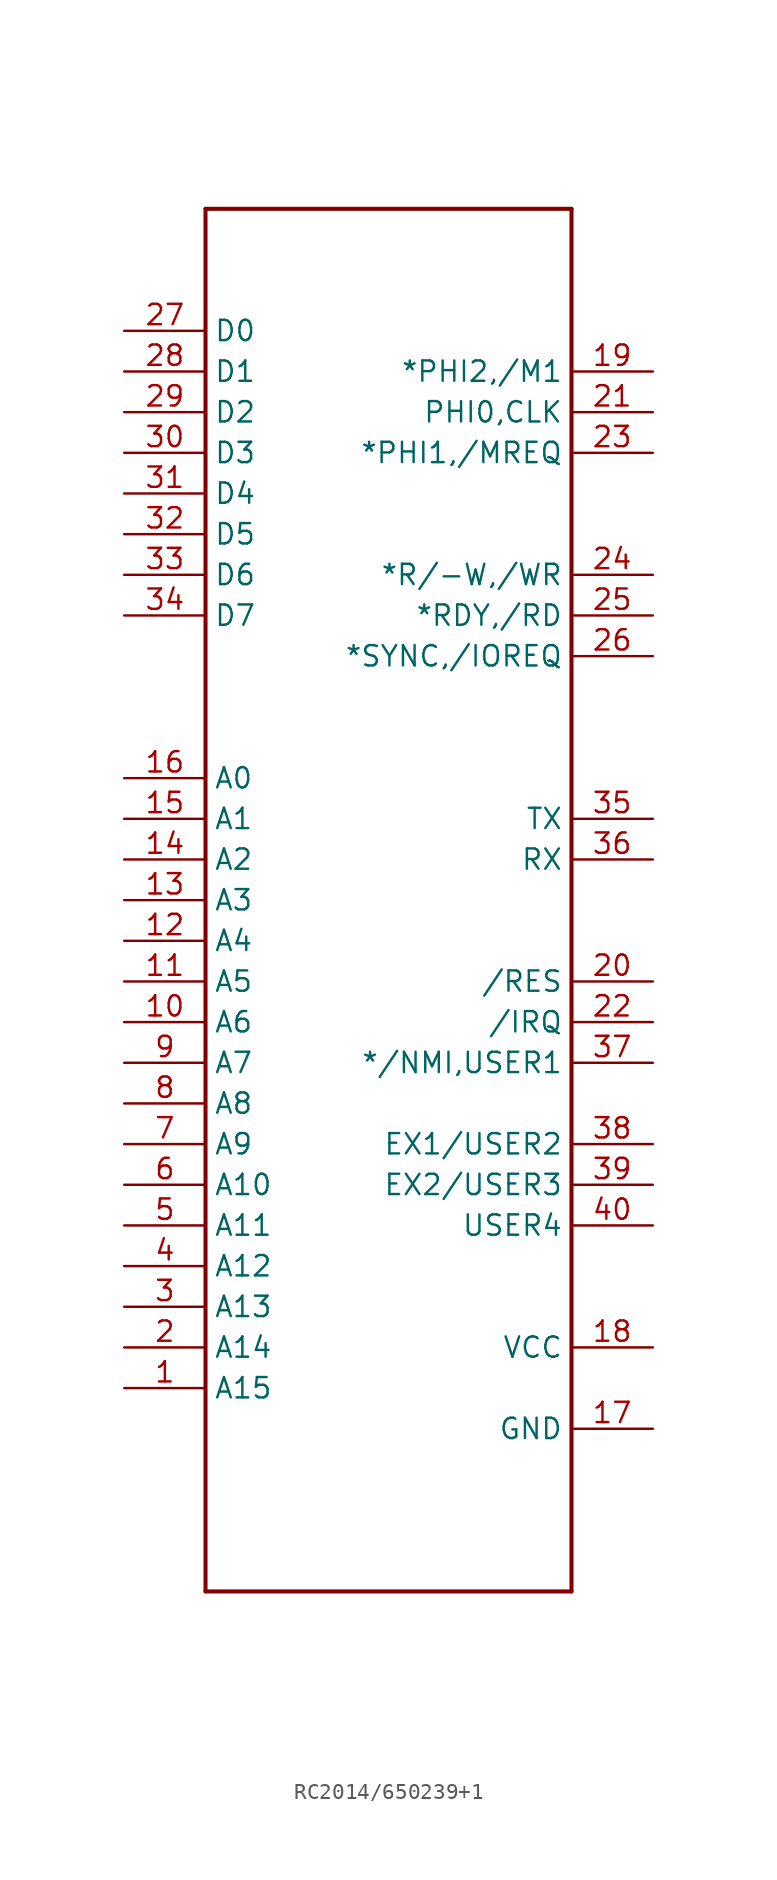
<source format=kicad_sym>
(kicad_symbol_lib
  (version 20220914)
  (generator kicad_symbol_editor)
  (symbol "RC2014/650239+1"
    (property "Reference" ""
      (at -5.08 25.4 0)
      (effects (font (size 2.184 1.857)) (justify left bottom) hide))
    (property "Value" ""
      (at -7.62 -63.5 0)
      (effects (font (size 2.184 1.857)) (justify left bottom)))
    (property "ki_locked" ""
      (at 0 0 0)
      (effects (font (size 1.27 1.27))))
    (symbol "RC2014/650239+1_1_0"
      (polyline (pts (xy -12.7 -60.96) (xy -12.7 25.4)) (stroke (width 0.254) (type solid)) (fill (type none)))
      (polyline (pts (xy -12.7 25.4) (xy 10.16 25.4)) (stroke (width 0.254) (type solid)) (fill (type none)))
      (polyline (pts (xy 10.16 -60.96) (xy -12.7 -60.96)) (stroke (width 0.254) (type solid)) (fill (type none)))
      (polyline (pts (xy 10.16 25.4) (xy 10.16 -60.96)) (stroke (width 0.254) (type solid)) (fill (type none)))
      (pin bidirectional line (at -17.78 -48.26 0) (length 5.08) (name "A15" (effects (font (size 1.27 1.27)))) (number "1" (effects (font (size 1.27 1.27)))))
      (pin bidirectional line (at -17.78 -25.4 0) (length 5.08) (name "A6" (effects (font (size 1.27 1.27)))) (number "10" (effects (font (size 1.27 1.27)))))
      (pin bidirectional line (at -17.78 -22.86 0) (length 5.08) (name "A5" (effects (font (size 1.27 1.27)))) (number "11" (effects (font (size 1.27 1.27)))))
      (pin bidirectional line (at -17.78 -20.32 0) (length 5.08) (name "A4" (effects (font (size 1.27 1.27)))) (number "12" (effects (font (size 1.27 1.27)))))
      (pin bidirectional line (at -17.78 -17.78 0) (length 5.08) (name "A3" (effects (font (size 1.27 1.27)))) (number "13" (effects (font (size 1.27 1.27)))))
      (pin bidirectional line (at -17.78 -15.24 0) (length 5.08) (name "A2" (effects (font (size 1.27 1.27)))) (number "14" (effects (font (size 1.27 1.27)))))
      (pin bidirectional line (at -17.78 -12.7 0) (length 5.08) (name "A1" (effects (font (size 1.27 1.27)))) (number "15" (effects (font (size 1.27 1.27)))))
      (pin bidirectional line (at -17.78 -10.16 0) (length 5.08) (name "A0" (effects (font (size 1.27 1.27)))) (number "16" (effects (font (size 1.27 1.27)))))
      (pin bidirectional line (at 15.24 -50.8 180) (length 5.08) (name "GND" (effects (font (size 1.27 1.27)))) (number "17" (effects (font (size 1.27 1.27)))))
      (pin bidirectional line (at 15.24 -45.72 180) (length 5.08) (name "VCC" (effects (font (size 1.27 1.27)))) (number "18" (effects (font (size 1.27 1.27)))))
      (pin bidirectional line (at 15.24 15.24 180) (length 5.08) (name "*PHI2,/M1" (effects (font (size 1.27 1.27)))) (number "19" (effects (font (size 1.27 1.27)))))
      (pin bidirectional line (at -17.78 -45.72 0) (length 5.08) (name "A14" (effects (font (size 1.27 1.27)))) (number "2" (effects (font (size 1.27 1.27)))))
      (pin bidirectional line (at 15.24 -22.86 180) (length 5.08) (name "/RES" (effects (font (size 1.27 1.27)))) (number "20" (effects (font (size 1.27 1.27)))))
      (pin bidirectional line (at 15.24 12.7 180) (length 5.08) (name "PHI0,CLK" (effects (font (size 1.27 1.27)))) (number "21" (effects (font (size 1.27 1.27)))))
      (pin bidirectional line (at 15.24 -25.4 180) (length 5.08) (name "/IRQ" (effects (font (size 1.27 1.27)))) (number "22" (effects (font (size 1.27 1.27)))))
      (pin bidirectional line (at 15.24 10.16 180) (length 5.08) (name "*PHI1,/MREQ" (effects (font (size 1.27 1.27)))) (number "23" (effects (font (size 1.27 1.27)))))
      (pin bidirectional line (at 15.24 2.54 180) (length 5.08) (name "*R/-W,/WR" (effects (font (size 1.27 1.27)))) (number "24" (effects (font (size 1.27 1.27)))))
      (pin bidirectional line (at 15.24 0 180) (length 5.08) (name "*RDY,/RD" (effects (font (size 1.27 1.27)))) (number "25" (effects (font (size 1.27 1.27)))))
      (pin bidirectional line (at 15.24 -2.54 180) (length 5.08) (name "*SYNC,/IOREQ" (effects (font (size 1.27 1.27)))) (number "26" (effects (font (size 1.27 1.27)))))
      (pin bidirectional line (at -17.78 17.78 0) (length 5.08) (name "D0" (effects (font (size 1.27 1.27)))) (number "27" (effects (font (size 1.27 1.27)))))
      (pin bidirectional line (at -17.78 15.24 0) (length 5.08) (name "D1" (effects (font (size 1.27 1.27)))) (number "28" (effects (font (size 1.27 1.27)))))
      (pin bidirectional line (at -17.78 12.7 0) (length 5.08) (name "D2" (effects (font (size 1.27 1.27)))) (number "29" (effects (font (size 1.27 1.27)))))
      (pin bidirectional line (at -17.78 -43.18 0) (length 5.08) (name "A13" (effects (font (size 1.27 1.27)))) (number "3" (effects (font (size 1.27 1.27)))))
      (pin bidirectional line (at -17.78 10.16 0) (length 5.08) (name "D3" (effects (font (size 1.27 1.27)))) (number "30" (effects (font (size 1.27 1.27)))))
      (pin bidirectional line (at -17.78 7.62 0) (length 5.08) (name "D4" (effects (font (size 1.27 1.27)))) (number "31" (effects (font (size 1.27 1.27)))))
      (pin bidirectional line (at -17.78 5.08 0) (length 5.08) (name "D5" (effects (font (size 1.27 1.27)))) (number "32" (effects (font (size 1.27 1.27)))))
      (pin bidirectional line (at -17.78 2.54 0) (length 5.08) (name "D6" (effects (font (size 1.27 1.27)))) (number "33" (effects (font (size 1.27 1.27)))))
      (pin bidirectional line (at -17.78 0 0) (length 5.08) (name "D7" (effects (font (size 1.27 1.27)))) (number "34" (effects (font (size 1.27 1.27)))))
      (pin bidirectional line (at 15.24 -12.7 180) (length 5.08) (name "TX" (effects (font (size 1.27 1.27)))) (number "35" (effects (font (size 1.27 1.27)))))
      (pin bidirectional line (at 15.24 -15.24 180) (length 5.08) (name "RX" (effects (font (size 1.27 1.27)))) (number "36" (effects (font (size 1.27 1.27)))))
      (pin bidirectional line (at 15.24 -27.94 180) (length 5.08) (name "*/NMI,USER1" (effects (font (size 1.27 1.27)))) (number "37" (effects (font (size 1.27 1.27)))))
      (pin bidirectional line (at 15.24 -33.02 180) (length 5.08) (name "EX1/USER2" (effects (font (size 1.27 1.27)))) (number "38" (effects (font (size 1.27 1.27)))))
      (pin bidirectional line (at 15.24 -35.56 180) (length 5.08) (name "EX2/USER3" (effects (font (size 1.27 1.27)))) (number "39" (effects (font (size 1.27 1.27)))))
      (pin bidirectional line (at -17.78 -40.64 0) (length 5.08) (name "A12" (effects (font (size 1.27 1.27)))) (number "4" (effects (font (size 1.27 1.27)))))
      (pin bidirectional line (at 15.24 -38.1 180) (length 5.08) (name "USER4" (effects (font (size 1.27 1.27)))) (number "40" (effects (font (size 1.27 1.27)))))
      (pin bidirectional line (at -17.78 -38.1 0) (length 5.08) (name "A11" (effects (font (size 1.27 1.27)))) (number "5" (effects (font (size 1.27 1.27)))))
      (pin bidirectional line (at -17.78 -35.56 0) (length 5.08) (name "A10" (effects (font (size 1.27 1.27)))) (number "6" (effects (font (size 1.27 1.27)))))
      (pin bidirectional line (at -17.78 -33.02 0) (length 5.08) (name "A9" (effects (font (size 1.27 1.27)))) (number "7" (effects (font (size 1.27 1.27)))))
      (pin bidirectional line (at -17.78 -30.48 0) (length 5.08) (name "A8" (effects (font (size 1.27 1.27)))) (number "8" (effects (font (size 1.27 1.27)))))
      (pin bidirectional line (at -17.78 -27.94 0) (length 5.08) (name "A7" (effects (font (size 1.27 1.27)))) (number "9" (effects (font (size 1.27 1.27))))))))
</source>
